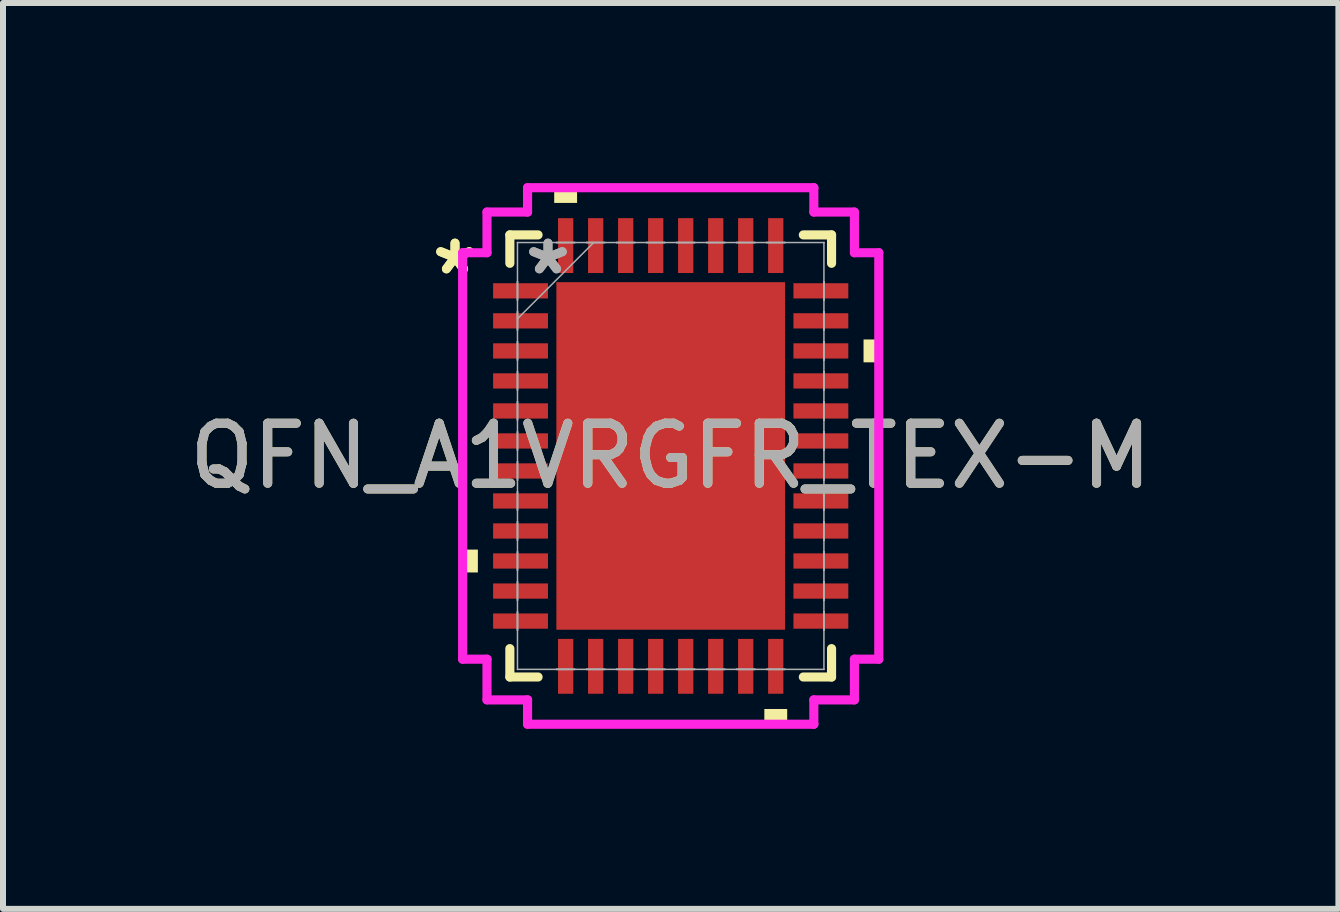
<source format=kicad_pcb>
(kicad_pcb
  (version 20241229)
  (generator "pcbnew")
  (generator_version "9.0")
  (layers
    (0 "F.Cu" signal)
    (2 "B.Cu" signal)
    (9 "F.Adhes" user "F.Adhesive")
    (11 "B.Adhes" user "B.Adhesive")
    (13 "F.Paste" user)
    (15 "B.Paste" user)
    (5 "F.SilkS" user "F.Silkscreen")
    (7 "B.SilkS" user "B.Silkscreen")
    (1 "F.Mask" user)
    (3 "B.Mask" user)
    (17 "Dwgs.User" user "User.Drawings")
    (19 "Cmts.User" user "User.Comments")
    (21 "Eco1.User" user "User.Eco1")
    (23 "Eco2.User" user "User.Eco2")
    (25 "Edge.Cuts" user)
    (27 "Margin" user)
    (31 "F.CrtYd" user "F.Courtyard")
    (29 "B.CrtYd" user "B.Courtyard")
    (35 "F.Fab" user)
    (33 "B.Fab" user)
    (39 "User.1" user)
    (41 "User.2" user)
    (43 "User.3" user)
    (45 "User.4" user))
  (footprint "QFN_A1VRGFR_TEX-M"
    (layer "F.Cu")
    (at 8.125 4.547)
    (property "Reference" "QFN_A1VRGFR_TEX-M" (at 0 0 0) (unlocked yes) (layer "F.SilkS") (effects (font (size 1 1) (thickness 0.15))))
    (attr smd)
    (fp_line (start -2.68 -3.683) (end -2.68 -3.21) (stroke (width 0.152) (type solid)) (layer "F.SilkS"))
    (fp_line (start -2.68 3.21) (end -2.68 3.683) (stroke (width 0.152) (type solid)) (layer "F.SilkS"))
    (fp_line (start -2.68 3.683) (end -2.21 3.683) (stroke (width 0.152) (type solid)) (layer "F.SilkS"))
    (fp_line (start -2.21 -3.683) (end -2.68 -3.683) (stroke (width 0.152) (type solid)) (layer "F.SilkS"))
    (fp_line (start 2.21 3.683) (end 2.68 3.683) (stroke (width 0.152) (type solid)) (layer "F.SilkS"))
    (fp_line (start 2.68 -3.683) (end 2.21 -3.683) (stroke (width 0.152) (type solid)) (layer "F.SilkS"))
    (fp_line (start 2.68 -3.21) (end 2.68 -3.683) (stroke (width 0.152) (type solid)) (layer "F.SilkS"))
    (fp_line (start 2.68 3.683) (end 2.68 3.21) (stroke (width 0.152) (type solid)) (layer "F.SilkS"))
    (fp_poly (pts (xy -3.467 1.56) (xy -3.467 1.941) (xy -3.213 1.941) (xy -3.213 1.56)) (stroke (width 0) (type solid)) (fill yes) (layer "F.SilkS"))
    (fp_poly (pts (xy -1.941 -4.216) (xy -1.941 -4.47) (xy -1.56 -4.47) (xy -1.56 -4.216)) (stroke (width 0) (type solid)) (fill yes) (layer "F.SilkS"))
    (fp_poly (pts (xy 1.56 4.216) (xy 1.56 4.47) (xy 1.941 4.47) (xy 1.941 4.216)) (stroke (width 0) (type solid)) (fill yes) (layer "F.SilkS"))
    (fp_poly (pts (xy 3.467 -1.941) (xy 3.467 -1.56) (xy 3.213 -1.56) (xy 3.213 -1.941)) (stroke (width 0) (type solid)) (fill yes) (layer "F.SilkS"))
    (fp_poly (pts (xy -1.805 -2.796) (xy -1.805 -1.548) (xy -0.735 -1.548) (xy -0.735 -2.796)) (stroke (width 0) (type solid)) (fill yes) (layer "F.Paste"))
    (fp_poly (pts (xy -1.805 -1.348) (xy -1.805 -0.1) (xy -0.735 -0.1) (xy -0.735 -1.348)) (stroke (width 0) (type solid)) (fill yes) (layer "F.Paste"))
    (fp_poly (pts (xy -1.805 0.1) (xy -1.805 1.348) (xy -0.735 1.348) (xy -0.735 0.1)) (stroke (width 0) (type solid)) (fill yes) (layer "F.Paste"))
    (fp_poly (pts (xy -1.805 1.548) (xy -1.805 2.796) (xy -0.735 2.796) (xy -0.735 1.548)) (stroke (width 0) (type solid)) (fill yes) (layer "F.Paste"))
    (fp_poly (pts (xy -0.535 -2.796) (xy -0.535 -1.548) (xy 0.535 -1.548) (xy 0.535 -2.796)) (stroke (width 0) (type solid)) (fill yes) (layer "F.Paste"))
    (fp_poly (pts (xy -0.535 -1.348) (xy -0.535 -0.1) (xy 0.535 -0.1) (xy 0.535 -1.348)) (stroke (width 0) (type solid)) (fill yes) (layer "F.Paste"))
    (fp_poly (pts (xy -0.535 0.1) (xy -0.535 1.348) (xy 0.535 1.348) (xy 0.535 0.1)) (stroke (width 0) (type solid)) (fill yes) (layer "F.Paste"))
    (fp_poly (pts (xy -0.535 1.548) (xy -0.535 2.796) (xy 0.535 2.796) (xy 0.535 1.548)) (stroke (width 0) (type solid)) (fill yes) (layer "F.Paste"))
    (fp_poly (pts (xy 0.735 -2.796) (xy 0.735 -1.548) (xy 1.805 -1.548) (xy 1.805 -2.796)) (stroke (width 0) (type solid)) (fill yes) (layer "F.Paste"))
    (fp_poly (pts (xy 0.735 -1.348) (xy 0.735 -0.1) (xy 1.805 -0.1) (xy 1.805 -1.348)) (stroke (width 0) (type solid)) (fill yes) (layer "F.Paste"))
    (fp_poly (pts (xy 0.735 0.1) (xy 0.735 1.348) (xy 1.805 1.348) (xy 1.805 0.1)) (stroke (width 0) (type solid)) (fill yes) (layer "F.Paste"))
    (fp_poly (pts (xy 0.735 1.548) (xy 0.735 2.796) (xy 1.805 2.796) (xy 1.805 1.548)) (stroke (width 0) (type solid)) (fill yes) (layer "F.Paste"))
    (fp_line (start -3.467 -3.386) (end -3.061 -3.386) (stroke (width 0.152) (type solid)) (layer "F.CrtYd"))
    (fp_line (start -3.467 3.386) (end -3.467 -3.386) (stroke (width 0.152) (type solid)) (layer "F.CrtYd"))
    (fp_line (start -3.061 -4.064) (end -2.385 -4.064) (stroke (width 0.152) (type solid)) (layer "F.CrtYd"))
    (fp_line (start -3.061 -3.386) (end -3.061 -4.064) (stroke (width 0.152) (type solid)) (layer "F.CrtYd"))
    (fp_line (start -3.061 3.386) (end -3.467 3.386) (stroke (width 0.152) (type solid)) (layer "F.CrtYd"))
    (fp_line (start -3.061 4.064) (end -3.061 3.386) (stroke (width 0.152) (type solid)) (layer "F.CrtYd"))
    (fp_line (start -2.385 -4.47) (end 2.385 -4.47) (stroke (width 0.152) (type solid)) (layer "F.CrtYd"))
    (fp_line (start -2.385 -4.064) (end -2.385 -4.47) (stroke (width 0.152) (type solid)) (layer "F.CrtYd"))
    (fp_line (start -2.385 4.064) (end -3.061 4.064) (stroke (width 0.152) (type solid)) (layer "F.CrtYd"))
    (fp_line (start -2.385 4.47) (end -2.385 4.064) (stroke (width 0.152) (type solid)) (layer "F.CrtYd"))
    (fp_line (start 2.385 -4.47) (end 2.385 -4.064) (stroke (width 0.152) (type solid)) (layer "F.CrtYd"))
    (fp_line (start 2.385 -4.064) (end 3.061 -4.064) (stroke (width 0.152) (type solid)) (layer "F.CrtYd"))
    (fp_line (start 2.385 4.064) (end 2.385 4.47) (stroke (width 0.152) (type solid)) (layer "F.CrtYd"))
    (fp_line (start 2.385 4.47) (end -2.385 4.47) (stroke (width 0.152) (type solid)) (layer "F.CrtYd"))
    (fp_line (start 3.061 -4.064) (end 3.061 -3.386) (stroke (width 0.152) (type solid)) (layer "F.CrtYd"))
    (fp_line (start 3.061 -3.386) (end 3.467 -3.386) (stroke (width 0.152) (type solid)) (layer "F.CrtYd"))
    (fp_line (start 3.061 3.386) (end 3.061 4.064) (stroke (width 0.152) (type solid)) (layer "F.CrtYd"))
    (fp_line (start 3.061 4.064) (end 2.385 4.064) (stroke (width 0.152) (type solid)) (layer "F.CrtYd"))
    (fp_line (start 3.467 -3.386) (end 3.467 3.386) (stroke (width 0.152) (type solid)) (layer "F.CrtYd"))
    (fp_line (start 3.467 3.386) (end 3.061 3.386) (stroke (width 0.152) (type solid)) (layer "F.CrtYd"))
    (fp_line (start -2.553 -3.556) (end -2.553 -3.556) (stroke (width 0.025) (type solid)) (layer "F.Fab"))
    (fp_line (start -2.553 -3.556) (end -2.553 3.556) (stroke (width 0.025) (type solid)) (layer "F.Fab"))
    (fp_line (start -2.553 -2.903) (end -2.553 -2.903) (stroke (width 0.025) (type solid)) (layer "F.Fab"))
    (fp_line (start -2.553 -2.903) (end -2.553 -2.598) (stroke (width 0.025) (type solid)) (layer "F.Fab"))
    (fp_line (start -2.553 -2.598) (end -2.553 -2.903) (stroke (width 0.025) (type solid)) (layer "F.Fab"))
    (fp_line (start -2.553 -2.598) (end -2.553 -2.598) (stroke (width 0.025) (type solid)) (layer "F.Fab"))
    (fp_line (start -2.553 -2.403) (end -2.553 -2.403) (stroke (width 0.025) (type solid)) (layer "F.Fab"))
    (fp_line (start -2.553 -2.403) (end -2.553 -2.098) (stroke (width 0.025) (type solid)) (layer "F.Fab"))
    (fp_line (start -2.553 -2.286) (end -1.283 -3.556) (stroke (width 0.025) (type solid)) (layer "F.Fab"))
    (fp_line (start -2.553 -2.098) (end -2.553 -2.403) (stroke (width 0.025) (type solid)) (layer "F.Fab"))
    (fp_line (start -2.553 -2.098) (end -2.553 -2.098) (stroke (width 0.025) (type solid)) (layer "F.Fab"))
    (fp_line (start -2.553 -1.903) (end -2.553 -1.903) (stroke (width 0.025) (type solid)) (layer "F.Fab"))
    (fp_line (start -2.553 -1.903) (end -2.553 -1.598) (stroke (width 0.025) (type solid)) (layer "F.Fab"))
    (fp_line (start -2.553 -1.598) (end -2.553 -1.903) (stroke (width 0.025) (type solid)) (layer "F.Fab"))
    (fp_line (start -2.553 -1.598) (end -2.553 -1.598) (stroke (width 0.025) (type solid)) (layer "F.Fab"))
    (fp_line (start -2.553 -1.403) (end -2.553 -1.403) (stroke (width 0.025) (type solid)) (layer "F.Fab"))
    (fp_line (start -2.553 -1.403) (end -2.553 -1.098) (stroke (width 0.025) (type solid)) (layer "F.Fab"))
    (fp_line (start -2.553 -1.098) (end -2.553 -1.403) (stroke (width 0.025) (type solid)) (layer "F.Fab"))
    (fp_line (start -2.553 -1.098) (end -2.553 -1.098) (stroke (width 0.025) (type solid)) (layer "F.Fab"))
    (fp_line (start -2.553 -0.903) (end -2.553 -0.903) (stroke (width 0.025) (type solid)) (layer "F.Fab"))
    (fp_line (start -2.553 -0.903) (end -2.553 -0.598) (stroke (width 0.025) (type solid)) (layer "F.Fab"))
    (fp_line (start -2.553 -0.598) (end -2.553 -0.903) (stroke (width 0.025) (type solid)) (layer "F.Fab"))
    (fp_line (start -2.553 -0.598) (end -2.553 -0.598) (stroke (width 0.025) (type solid)) (layer "F.Fab"))
    (fp_line (start -2.553 -0.402) (end -2.553 -0.402) (stroke (width 0.025) (type solid)) (layer "F.Fab"))
    (fp_line (start -2.553 -0.402) (end -2.553 -0.098) (stroke (width 0.025) (type solid)) (layer "F.Fab"))
    (fp_line (start -2.553 -0.098) (end -2.553 -0.402) (stroke (width 0.025) (type solid)) (layer "F.Fab"))
    (fp_line (start -2.553 -0.098) (end -2.553 -0.098) (stroke (width 0.025) (type solid)) (layer "F.Fab"))
    (fp_line (start -2.553 0.098) (end -2.553 0.098) (stroke (width 0.025) (type solid)) (layer "F.Fab"))
    (fp_line (start -2.553 0.098) (end -2.553 0.402) (stroke (width 0.025) (type solid)) (layer "F.Fab"))
    (fp_line (start -2.553 0.402) (end -2.553 0.098) (stroke (width 0.025) (type solid)) (layer "F.Fab"))
    (fp_line (start -2.553 0.402) (end -2.553 0.402) (stroke (width 0.025) (type solid)) (layer "F.Fab"))
    (fp_line (start -2.553 0.598) (end -2.553 0.598) (stroke (width 0.025) (type solid)) (layer "F.Fab"))
    (fp_line (start -2.553 0.598) (end -2.553 0.903) (stroke (width 0.025) (type solid)) (layer "F.Fab"))
    (fp_line (start -2.553 0.903) (end -2.553 0.598) (stroke (width 0.025) (type solid)) (layer "F.Fab"))
    (fp_line (start -2.553 0.903) (end -2.553 0.903) (stroke (width 0.025) (type solid)) (layer "F.Fab"))
    (fp_line (start -2.553 1.098) (end -2.553 1.098) (stroke (width 0.025) (type solid)) (layer "F.Fab"))
    (fp_line (start -2.553 1.098) (end -2.553 1.403) (stroke (width 0.025) (type solid)) (layer "F.Fab"))
    (fp_line (start -2.553 1.403) (end -2.553 1.098) (stroke (width 0.025) (type solid)) (layer "F.Fab"))
    (fp_line (start -2.553 1.403) (end -2.553 1.403) (stroke (width 0.025) (type solid)) (layer "F.Fab"))
    (fp_line (start -2.553 1.598) (end -2.553 1.598) (stroke (width 0.025) (type solid)) (layer "F.Fab"))
    (fp_line (start -2.553 1.598) (end -2.553 1.903) (stroke (width 0.025) (type solid)) (layer "F.Fab"))
    (fp_line (start -2.553 1.903) (end -2.553 1.598) (stroke (width 0.025) (type solid)) (layer "F.Fab"))
    (fp_line (start -2.553 1.903) (end -2.553 1.903) (stroke (width 0.025) (type solid)) (layer "F.Fab"))
    (fp_line (start -2.553 2.098) (end -2.553 2.098) (stroke (width 0.025) (type solid)) (layer "F.Fab"))
    (fp_line (start -2.553 2.098) (end -2.553 2.403) (stroke (width 0.025) (type solid)) (layer "F.Fab"))
    (fp_line (start -2.553 2.403) (end -2.553 2.098) (stroke (width 0.025) (type solid)) (layer "F.Fab"))
    (fp_line (start -2.553 2.403) (end -2.553 2.403) (stroke (width 0.025) (type solid)) (layer "F.Fab"))
    (fp_line (start -2.553 2.598) (end -2.553 2.598) (stroke (width 0.025) (type solid)) (layer "F.Fab"))
    (fp_line (start -2.553 2.598) (end -2.553 2.903) (stroke (width 0.025) (type solid)) (layer "F.Fab"))
    (fp_line (start -2.553 2.903) (end -2.553 2.598) (stroke (width 0.025) (type solid)) (layer "F.Fab"))
    (fp_line (start -2.553 2.903) (end -2.553 2.903) (stroke (width 0.025) (type solid)) (layer "F.Fab"))
    (fp_line (start -2.553 3.556) (end -2.553 3.556) (stroke (width 0.025) (type solid)) (layer "F.Fab"))
    (fp_line (start -2.553 3.556) (end 2.553 3.556) (stroke (width 0.025) (type solid)) (layer "F.Fab"))
    (fp_line (start -1.903 -3.556) (end -1.903 -3.556) (stroke (width 0.025) (type solid)) (layer "F.Fab"))
    (fp_line (start -1.903 -3.556) (end -1.598 -3.556) (stroke (width 0.025) (type solid)) (layer "F.Fab"))
    (fp_line (start -1.903 3.556) (end -1.903 3.556) (stroke (width 0.025) (type solid)) (layer "F.Fab"))
    (fp_line (start -1.903 3.556) (end -1.598 3.556) (stroke (width 0.025) (type solid)) (layer "F.Fab"))
    (fp_line (start -1.598 -3.556) (end -1.903 -3.556) (stroke (width 0.025) (type solid)) (layer "F.Fab"))
    (fp_line (start -1.598 -3.556) (end -1.598 -3.556) (stroke (width 0.025) (type solid)) (layer "F.Fab"))
    (fp_line (start -1.598 3.556) (end -1.903 3.556) (stroke (width 0.025) (type solid)) (layer "F.Fab"))
    (fp_line (start -1.598 3.556) (end -1.598 3.556) (stroke (width 0.025) (type solid)) (layer "F.Fab"))
    (fp_line (start -1.403 -3.556) (end -1.403 -3.556) (stroke (width 0.025) (type solid)) (layer "F.Fab"))
    (fp_line (start -1.403 -3.556) (end -1.098 -3.556) (stroke (width 0.025) (type solid)) (layer "F.Fab"))
    (fp_line (start -1.403 3.556) (end -1.403 3.556) (stroke (width 0.025) (type solid)) (layer "F.Fab"))
    (fp_line (start -1.403 3.556) (end -1.098 3.556) (stroke (width 0.025) (type solid)) (layer "F.Fab"))
    (fp_line (start -1.098 -3.556) (end -1.403 -3.556) (stroke (width 0.025) (type solid)) (layer "F.Fab"))
    (fp_line (start -1.098 -3.556) (end -1.098 -3.556) (stroke (width 0.025) (type solid)) (layer "F.Fab"))
    (fp_line (start -1.098 3.556) (end -1.403 3.556) (stroke (width 0.025) (type solid)) (layer "F.Fab"))
    (fp_line (start -1.098 3.556) (end -1.098 3.556) (stroke (width 0.025) (type solid)) (layer "F.Fab"))
    (fp_line (start -0.903 -3.556) (end -0.903 -3.556) (stroke (width 0.025) (type solid)) (layer "F.Fab"))
    (fp_line (start -0.903 -3.556) (end -0.598 -3.556) (stroke (width 0.025) (type solid)) (layer "F.Fab"))
    (fp_line (start -0.903 3.556) (end -0.903 3.556) (stroke (width 0.025) (type solid)) (layer "F.Fab"))
    (fp_line (start -0.903 3.556) (end -0.598 3.556) (stroke (width 0.025) (type solid)) (layer "F.Fab"))
    (fp_line (start -0.598 -3.556) (end -0.903 -3.556) (stroke (width 0.025) (type solid)) (layer "F.Fab"))
    (fp_line (start -0.598 -3.556) (end -0.598 -3.556) (stroke (width 0.025) (type solid)) (layer "F.Fab"))
    (fp_line (start -0.598 3.556) (end -0.903 3.556) (stroke (width 0.025) (type solid)) (layer "F.Fab"))
    (fp_line (start -0.598 3.556) (end -0.598 3.556) (stroke (width 0.025) (type solid)) (layer "F.Fab"))
    (fp_line (start -0.402 -3.556) (end -0.402 -3.556) (stroke (width 0.025) (type solid)) (layer "F.Fab"))
    (fp_line (start -0.402 -3.556) (end -0.098 -3.556) (stroke (width 0.025) (type solid)) (layer "F.Fab"))
    (fp_line (start -0.402 3.556) (end -0.402 3.556) (stroke (width 0.025) (type solid)) (layer "F.Fab"))
    (fp_line (start -0.402 3.556) (end -0.098 3.556) (stroke (width 0.025) (type solid)) (layer "F.Fab"))
    (fp_line (start -0.098 -3.556) (end -0.402 -3.556) (stroke (width 0.025) (type solid)) (layer "F.Fab"))
    (fp_line (start -0.098 -3.556) (end -0.098 -3.556) (stroke (width 0.025) (type solid)) (layer "F.Fab"))
    (fp_line (start -0.098 3.556) (end -0.402 3.556) (stroke (width 0.025) (type solid)) (layer "F.Fab"))
    (fp_line (start -0.098 3.556) (end -0.098 3.556) (stroke (width 0.025) (type solid)) (layer "F.Fab"))
    (fp_line (start 0.098 -3.556) (end 0.098 -3.556) (stroke (width 0.025) (type solid)) (layer "F.Fab"))
    (fp_line (start 0.098 -3.556) (end 0.402 -3.556) (stroke (width 0.025) (type solid)) (layer "F.Fab"))
    (fp_line (start 0.098 3.556) (end 0.098 3.556) (stroke (width 0.025) (type solid)) (layer "F.Fab"))
    (fp_line (start 0.098 3.556) (end 0.402 3.556) (stroke (width 0.025) (type solid)) (layer "F.Fab"))
    (fp_line (start 0.402 -3.556) (end 0.098 -3.556) (stroke (width 0.025) (type solid)) (layer "F.Fab"))
    (fp_line (start 0.402 -3.556) (end 0.402 -3.556) (stroke (width 0.025) (type solid)) (layer "F.Fab"))
    (fp_line (start 0.402 3.556) (end 0.098 3.556) (stroke (width 0.025) (type solid)) (layer "F.Fab"))
    (fp_line (start 0.402 3.556) (end 0.402 3.556) (stroke (width 0.025) (type solid)) (layer "F.Fab"))
    (fp_line (start 0.598 -3.556) (end 0.598 -3.556) (stroke (width 0.025) (type solid)) (layer "F.Fab"))
    (fp_line (start 0.598 -3.556) (end 0.903 -3.556) (stroke (width 0.025) (type solid)) (layer "F.Fab"))
    (fp_line (start 0.598 3.556) (end 0.598 3.556) (stroke (width 0.025) (type solid)) (layer "F.Fab"))
    (fp_line (start 0.598 3.556) (end 0.903 3.556) (stroke (width 0.025) (type solid)) (layer "F.Fab"))
    (fp_line (start 0.903 -3.556) (end 0.598 -3.556) (stroke (width 0.025) (type solid)) (layer "F.Fab"))
    (fp_line (start 0.903 -3.556) (end 0.903 -3.556) (stroke (width 0.025) (type solid)) (layer "F.Fab"))
    (fp_line (start 0.903 3.556) (end 0.598 3.556) (stroke (width 0.025) (type solid)) (layer "F.Fab"))
    (fp_line (start 0.903 3.556) (end 0.903 3.556) (stroke (width 0.025) (type solid)) (layer "F.Fab"))
    (fp_line (start 1.098 -3.556) (end 1.098 -3.556) (stroke (width 0.025) (type solid)) (layer "F.Fab"))
    (fp_line (start 1.098 -3.556) (end 1.403 -3.556) (stroke (width 0.025) (type solid)) (layer "F.Fab"))
    (fp_line (start 1.098 3.556) (end 1.098 3.556) (stroke (width 0.025) (type solid)) (layer "F.Fab"))
    (fp_line (start 1.098 3.556) (end 1.403 3.556) (stroke (width 0.025) (type solid)) (layer "F.Fab"))
    (fp_line (start 1.403 -3.556) (end 1.098 -3.556) (stroke (width 0.025) (type solid)) (layer "F.Fab"))
    (fp_line (start 1.403 -3.556) (end 1.403 -3.556) (stroke (width 0.025) (type solid)) (layer "F.Fab"))
    (fp_line (start 1.403 3.556) (end 1.098 3.556) (stroke (width 0.025) (type solid)) (layer "F.Fab"))
    (fp_line (start 1.403 3.556) (end 1.403 3.556) (stroke (width 0.025) (type solid)) (layer "F.Fab"))
    (fp_line (start 1.598 -3.556) (end 1.598 -3.556) (stroke (width 0.025) (type solid)) (layer "F.Fab"))
    (fp_line (start 1.598 -3.556) (end 1.903 -3.556) (stroke (width 0.025) (type solid)) (layer "F.Fab"))
    (fp_line (start 1.598 3.556) (end 1.598 3.556) (stroke (width 0.025) (type solid)) (layer "F.Fab"))
    (fp_line (start 1.598 3.556) (end 1.903 3.556) (stroke (width 0.025) (type solid)) (layer "F.Fab"))
    (fp_line (start 1.903 -3.556) (end 1.598 -3.556) (stroke (width 0.025) (type solid)) (layer "F.Fab"))
    (fp_line (start 1.903 -3.556) (end 1.903 -3.556) (stroke (width 0.025) (type solid)) (layer "F.Fab"))
    (fp_line (start 1.903 3.556) (end 1.598 3.556) (stroke (width 0.025) (type solid)) (layer "F.Fab"))
    (fp_line (start 1.903 3.556) (end 1.903 3.556) (stroke (width 0.025) (type solid)) (layer "F.Fab"))
    (fp_line (start 2.553 -3.556) (end -2.553 -3.556) (stroke (width 0.025) (type solid)) (layer "F.Fab"))
    (fp_line (start 2.553 -3.556) (end 2.553 -3.556) (stroke (width 0.025) (type solid)) (layer "F.Fab"))
    (fp_line (start 2.553 -2.903) (end 2.553 -2.903) (stroke (width 0.025) (type solid)) (layer "F.Fab"))
    (fp_line (start 2.553 -2.903) (end 2.553 -2.598) (stroke (width 0.025) (type solid)) (layer "F.Fab"))
    (fp_line (start 2.553 -2.598) (end 2.553 -2.903) (stroke (width 0.025) (type solid)) (layer "F.Fab"))
    (fp_line (start 2.553 -2.598) (end 2.553 -2.598) (stroke (width 0.025) (type solid)) (layer "F.Fab"))
    (fp_line (start 2.553 -2.403) (end 2.553 -2.403) (stroke (width 0.025) (type solid)) (layer "F.Fab"))
    (fp_line (start 2.553 -2.403) (end 2.553 -2.098) (stroke (width 0.025) (type solid)) (layer "F.Fab"))
    (fp_line (start 2.553 -2.098) (end 2.553 -2.403) (stroke (width 0.025) (type solid)) (layer "F.Fab"))
    (fp_line (start 2.553 -2.098) (end 2.553 -2.098) (stroke (width 0.025) (type solid)) (layer "F.Fab"))
    (fp_line (start 2.553 -1.903) (end 2.553 -1.903) (stroke (width 0.025) (type solid)) (layer "F.Fab"))
    (fp_line (start 2.553 -1.903) (end 2.553 -1.598) (stroke (width 0.025) (type solid)) (layer "F.Fab"))
    (fp_line (start 2.553 -1.598) (end 2.553 -1.903) (stroke (width 0.025) (type solid)) (layer "F.Fab"))
    (fp_line (start 2.553 -1.598) (end 2.553 -1.598) (stroke (width 0.025) (type solid)) (layer "F.Fab"))
    (fp_line (start 2.553 -1.403) (end 2.553 -1.403) (stroke (width 0.025) (type solid)) (layer "F.Fab"))
    (fp_line (start 2.553 -1.403) (end 2.553 -1.098) (stroke (width 0.025) (type solid)) (layer "F.Fab"))
    (fp_line (start 2.553 -1.098) (end 2.553 -1.403) (stroke (width 0.025) (type solid)) (layer "F.Fab"))
    (fp_line (start 2.553 -1.098) (end 2.553 -1.098) (stroke (width 0.025) (type solid)) (layer "F.Fab"))
    (fp_line (start 2.553 -0.903) (end 2.553 -0.903) (stroke (width 0.025) (type solid)) (layer "F.Fab"))
    (fp_line (start 2.553 -0.903) (end 2.553 -0.598) (stroke (width 0.025) (type solid)) (layer "F.Fab"))
    (fp_line (start 2.553 -0.598) (end 2.553 -0.903) (stroke (width 0.025) (type solid)) (layer "F.Fab"))
    (fp_line (start 2.553 -0.598) (end 2.553 -0.598) (stroke (width 0.025) (type solid)) (layer "F.Fab"))
    (fp_line (start 2.553 -0.402) (end 2.553 -0.402) (stroke (width 0.025) (type solid)) (layer "F.Fab"))
    (fp_line (start 2.553 -0.402) (end 2.553 -0.098) (stroke (width 0.025) (type solid)) (layer "F.Fab"))
    (fp_line (start 2.553 -0.098) (end 2.553 -0.402) (stroke (width 0.025) (type solid)) (layer "F.Fab"))
    (fp_line (start 2.553 -0.098) (end 2.553 -0.098) (stroke (width 0.025) (type solid)) (layer "F.Fab"))
    (fp_line (start 2.553 0.098) (end 2.553 0.098) (stroke (width 0.025) (type solid)) (layer "F.Fab"))
    (fp_line (start 2.553 0.098) (end 2.553 0.402) (stroke (width 0.025) (type solid)) (layer "F.Fab"))
    (fp_line (start 2.553 0.402) (end 2.553 0.098) (stroke (width 0.025) (type solid)) (layer "F.Fab"))
    (fp_line (start 2.553 0.402) (end 2.553 0.402) (stroke (width 0.025) (type solid)) (layer "F.Fab"))
    (fp_line (start 2.553 0.598) (end 2.553 0.598) (stroke (width 0.025) (type solid)) (layer "F.Fab"))
    (fp_line (start 2.553 0.598) (end 2.553 0.903) (stroke (width 0.025) (type solid)) (layer "F.Fab"))
    (fp_line (start 2.553 0.903) (end 2.553 0.598) (stroke (width 0.025) (type solid)) (layer "F.Fab"))
    (fp_line (start 2.553 0.903) (end 2.553 0.903) (stroke (width 0.025) (type solid)) (layer "F.Fab"))
    (fp_line (start 2.553 1.098) (end 2.553 1.098) (stroke (width 0.025) (type solid)) (layer "F.Fab"))
    (fp_line (start 2.553 1.098) (end 2.553 1.403) (stroke (width 0.025) (type solid)) (layer "F.Fab"))
    (fp_line (start 2.553 1.403) (end 2.553 1.098) (stroke (width 0.025) (type solid)) (layer "F.Fab"))
    (fp_line (start 2.553 1.403) (end 2.553 1.403) (stroke (width 0.025) (type solid)) (layer "F.Fab"))
    (fp_line (start 2.553 1.598) (end 2.553 1.598) (stroke (width 0.025) (type solid)) (layer "F.Fab"))
    (fp_line (start 2.553 1.598) (end 2.553 1.903) (stroke (width 0.025) (type solid)) (layer "F.Fab"))
    (fp_line (start 2.553 1.903) (end 2.553 1.598) (stroke (width 0.025) (type solid)) (layer "F.Fab"))
    (fp_line (start 2.553 1.903) (end 2.553 1.903) (stroke (width 0.025) (type solid)) (layer "F.Fab"))
    (fp_line (start 2.553 2.098) (end 2.553 2.098) (stroke (width 0.025) (type solid)) (layer "F.Fab"))
    (fp_line (start 2.553 2.098) (end 2.553 2.403) (stroke (width 0.025) (type solid)) (layer "F.Fab"))
    (fp_line (start 2.553 2.403) (end 2.553 2.098) (stroke (width 0.025) (type solid)) (layer "F.Fab"))
    (fp_line (start 2.553 2.403) (end 2.553 2.403) (stroke (width 0.025) (type solid)) (layer "F.Fab"))
    (fp_line (start 2.553 2.598) (end 2.553 2.598) (stroke (width 0.025) (type solid)) (layer "F.Fab"))
    (fp_line (start 2.553 2.598) (end 2.553 2.903) (stroke (width 0.025) (type solid)) (layer "F.Fab"))
    (fp_line (start 2.553 2.903) (end 2.553 2.598) (stroke (width 0.025) (type solid)) (layer "F.Fab"))
    (fp_line (start 2.553 2.903) (end 2.553 2.903) (stroke (width 0.025) (type solid)) (layer "F.Fab"))
    (fp_line (start 2.553 3.556) (end 2.553 -3.556) (stroke (width 0.025) (type solid)) (layer "F.Fab"))
    (fp_line (start 2.553 3.556) (end 2.553 3.556) (stroke (width 0.025) (type solid)) (layer "F.Fab"))
    (fp_text user "*" (at -3.594 -3.001 0) (unlocked yes) (layer "F.SilkS") (effects (font (size 1 1) (thickness 0.15))))
    (fp_text user "*" (at -3.594 -3.001 0) (layer "F.SilkS") (effects (font (size 1 1) (thickness 0.15))))
    (fp_text user "*" (at -2.045 -3.001 0) (layer "F.Fab") (effects (font (size 1 1) (thickness 0.15))))
    (fp_text user "${REFERENCE}" (at 0 0 0) (unlocked yes) (layer "F.Fab") (effects (font (size 1 1) (thickness 0.15))))
    (fp_text user "*" (at -2.045 -3.001 0) (unlocked yes) (layer "F.Fab") (effects (font (size 1 1) (thickness 0.15))))
    (pad "1" smd rect (at -2.502 -2.751 90) (size 0.254 0.914) (layers "F.Cu" "F.Mask" "F.Paste"))
    (pad "2" smd rect (at -2.502 -2.251 90) (size 0.254 0.914) (layers "F.Cu" "F.Mask" "F.Paste"))
    (pad "3" smd rect (at -2.502 -1.75 90) (size 0.254 0.914) (layers "F.Cu" "F.Mask" "F.Paste"))
    (pad "4" smd rect (at -2.502 -1.25 90) (size 0.254 0.914) (layers "F.Cu" "F.Mask" "F.Paste"))
    (pad "5" smd rect (at -2.502 -0.75 90) (size 0.254 0.914) (layers "F.Cu" "F.Mask" "F.Paste"))
    (pad "6" smd rect (at -2.502 -0.25 90) (size 0.254 0.914) (layers "F.Cu" "F.Mask" "F.Paste"))
    (pad "7" smd rect (at -2.502 0.25 90) (size 0.254 0.914) (layers "F.Cu" "F.Mask" "F.Paste"))
    (pad "8" smd rect (at -2.502 0.75 90) (size 0.254 0.914) (layers "F.Cu" "F.Mask" "F.Paste"))
    (pad "9" smd rect (at -2.502 1.25 90) (size 0.254 0.914) (layers "F.Cu" "F.Mask" "F.Paste"))
    (pad "10" smd rect (at -2.502 1.75 90) (size 0.254 0.914) (layers "F.Cu" "F.Mask" "F.Paste"))
    (pad "11" smd rect (at -2.502 2.251 90) (size 0.254 0.914) (layers "F.Cu" "F.Mask" "F.Paste"))
    (pad "12" smd rect (at -2.502 2.751 90) (size 0.254 0.914) (layers "F.Cu" "F.Mask" "F.Paste"))
    (pad "13" smd rect (at -1.75 3.505) (size 0.254 0.914) (layers "F.Cu" "F.Mask" "F.Paste"))
    (pad "14" smd rect (at -1.25 3.505) (size 0.254 0.914) (layers "F.Cu" "F.Mask" "F.Paste"))
    (pad "15" smd rect (at -0.75 3.505) (size 0.254 0.914) (layers "F.Cu" "F.Mask" "F.Paste"))
    (pad "16" smd rect (at -0.25 3.505) (size 0.254 0.914) (layers "F.Cu" "F.Mask" "F.Paste"))
    (pad "17" smd rect (at 0.25 3.505) (size 0.254 0.914) (layers "F.Cu" "F.Mask" "F.Paste"))
    (pad "18" smd rect (at 0.75 3.505) (size 0.254 0.914) (layers "F.Cu" "F.Mask" "F.Paste"))
    (pad "19" smd rect (at 1.25 3.505) (size 0.254 0.914) (layers "F.Cu" "F.Mask" "F.Paste"))
    (pad "20" smd rect (at 1.75 3.505) (size 0.254 0.914) (layers "F.Cu" "F.Mask" "F.Paste"))
    (pad "21" smd rect (at 2.502 2.751 90) (size 0.254 0.914) (layers "F.Cu" "F.Mask" "F.Paste"))
    (pad "22" smd rect (at 2.502 2.251 90) (size 0.254 0.914) (layers "F.Cu" "F.Mask" "F.Paste"))
    (pad "23" smd rect (at 2.502 1.75 90) (size 0.254 0.914) (layers "F.Cu" "F.Mask" "F.Paste"))
    (pad "24" smd rect (at 2.502 1.25 90) (size 0.254 0.914) (layers "F.Cu" "F.Mask" "F.Paste"))
    (pad "25" smd rect (at 2.502 0.75 90) (size 0.254 0.914) (layers "F.Cu" "F.Mask" "F.Paste"))
    (pad "26" smd rect (at 2.502 0.25 90) (size 0.254 0.914) (layers "F.Cu" "F.Mask" "F.Paste"))
    (pad "27" smd rect (at 2.502 -0.25 90) (size 0.254 0.914) (layers "F.Cu" "F.Mask" "F.Paste"))
    (pad "28" smd rect (at 2.502 -0.75 90) (size 0.254 0.914) (layers "F.Cu" "F.Mask" "F.Paste"))
    (pad "29" smd rect (at 2.502 -1.25 90) (size 0.254 0.914) (layers "F.Cu" "F.Mask" "F.Paste"))
    (pad "30" smd rect (at 2.502 -1.75 90) (size 0.254 0.914) (layers "F.Cu" "F.Mask" "F.Paste"))
    (pad "31" smd rect (at 2.502 -2.251 90) (size 0.254 0.914) (layers "F.Cu" "F.Mask" "F.Paste"))
    (pad "32" smd rect (at 2.502 -2.751 90) (size 0.254 0.914) (layers "F.Cu" "F.Mask" "F.Paste"))
    (pad "33" smd rect (at 1.75 -3.505) (size 0.254 0.914) (layers "F.Cu" "F.Mask" "F.Paste"))
    (pad "34" smd rect (at 1.25 -3.505) (size 0.254 0.914) (layers "F.Cu" "F.Mask" "F.Paste"))
    (pad "35" smd rect (at 0.75 -3.505) (size 0.254 0.914) (layers "F.Cu" "F.Mask" "F.Paste"))
    (pad "36" smd rect (at 0.25 -3.505) (size 0.254 0.914) (layers "F.Cu" "F.Mask" "F.Paste"))
    (pad "37" smd rect (at -0.25 -3.505) (size 0.254 0.914) (layers "F.Cu" "F.Mask" "F.Paste"))
    (pad "38" smd rect (at -0.75 -3.505) (size 0.254 0.914) (layers "F.Cu" "F.Mask" "F.Paste"))
    (pad "39" smd rect (at -1.25 -3.505) (size 0.254 0.914) (layers "F.Cu" "F.Mask" "F.Paste"))
    (pad "40" smd rect (at -1.75 -3.505) (size 0.254 0.914) (layers "F.Cu" "F.Mask" "F.Paste"))
    (pad "41" smd rect (at 0 0) (size 3.81 5.791) (layers "F.Cu" "F.Mask")))
  (gr_rect
    (start -3 -3)
    (end 19.25 12.093)
    (stroke (width 0.1) (type default))
    (fill no)
    (layer "Edge.Cuts")))
</source>
